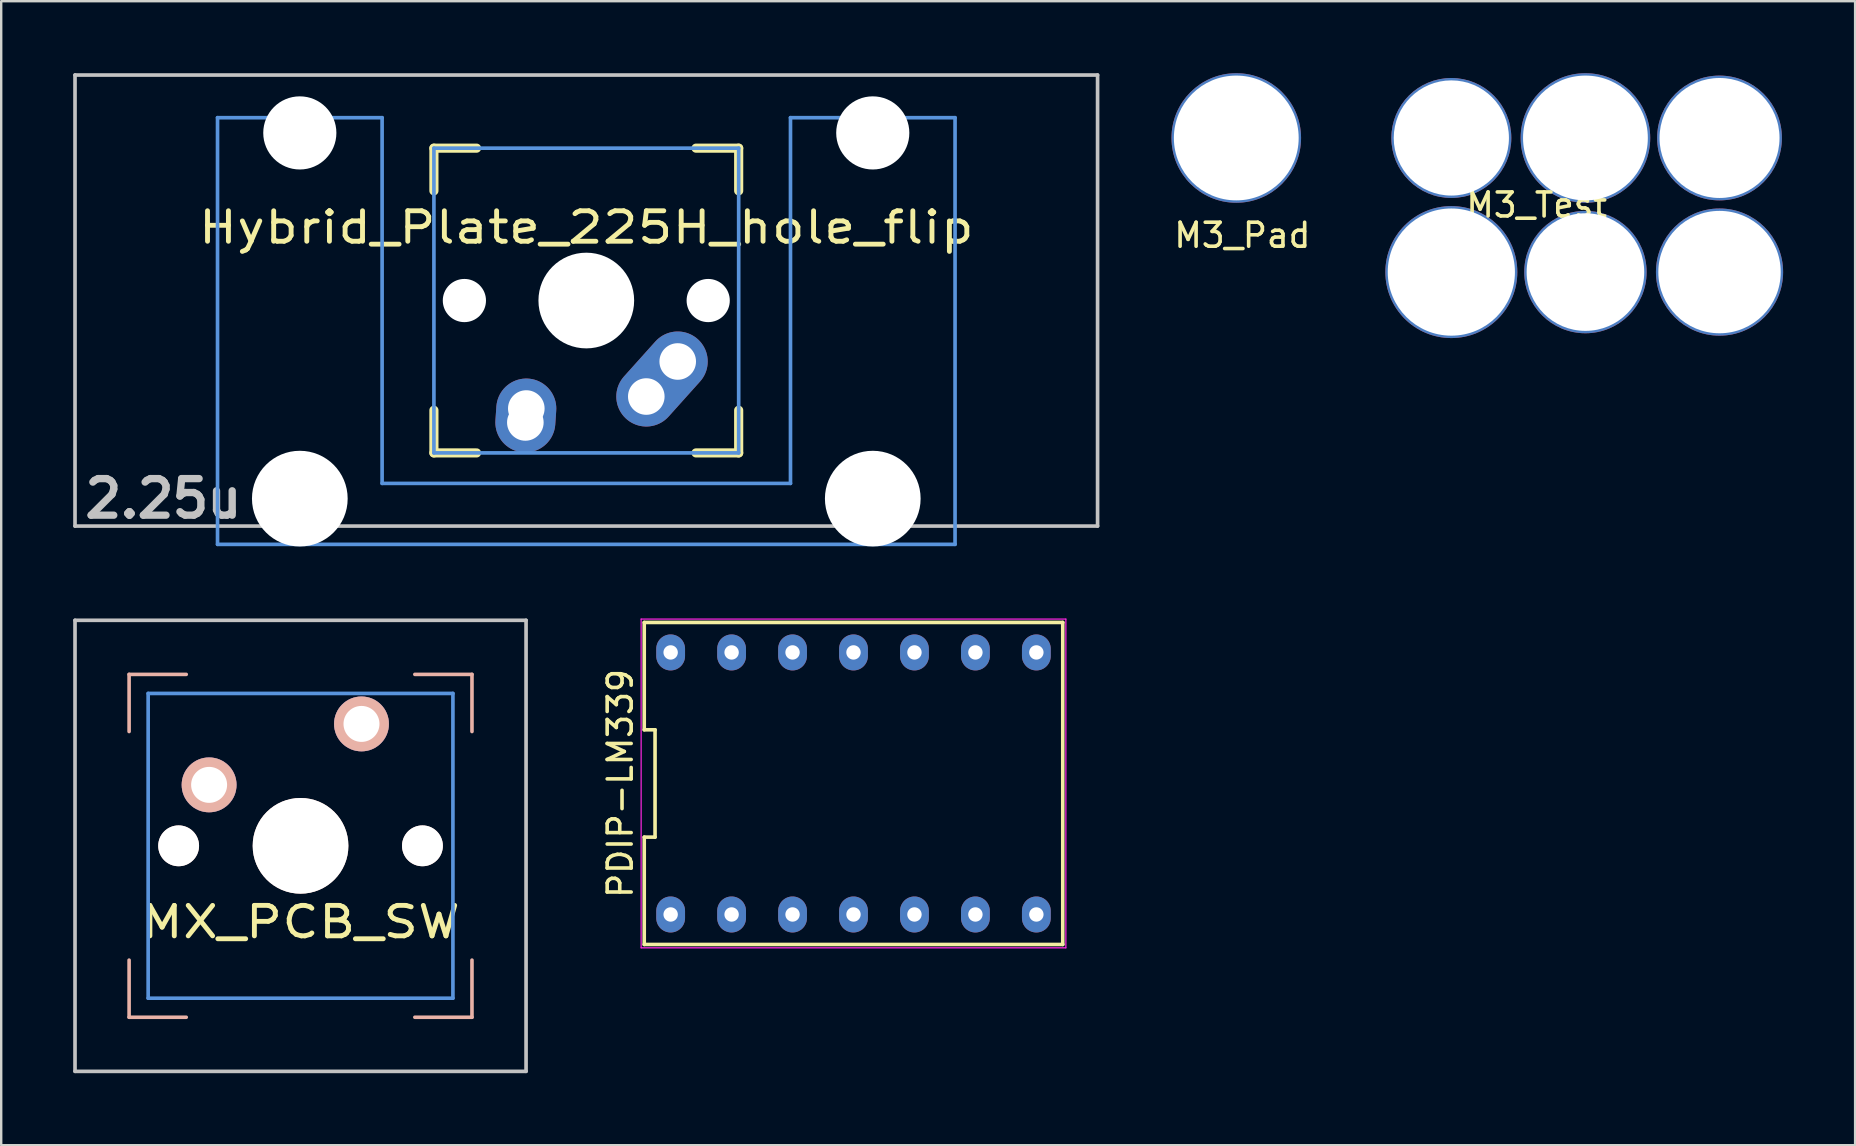
<source format=kicad_pcb>
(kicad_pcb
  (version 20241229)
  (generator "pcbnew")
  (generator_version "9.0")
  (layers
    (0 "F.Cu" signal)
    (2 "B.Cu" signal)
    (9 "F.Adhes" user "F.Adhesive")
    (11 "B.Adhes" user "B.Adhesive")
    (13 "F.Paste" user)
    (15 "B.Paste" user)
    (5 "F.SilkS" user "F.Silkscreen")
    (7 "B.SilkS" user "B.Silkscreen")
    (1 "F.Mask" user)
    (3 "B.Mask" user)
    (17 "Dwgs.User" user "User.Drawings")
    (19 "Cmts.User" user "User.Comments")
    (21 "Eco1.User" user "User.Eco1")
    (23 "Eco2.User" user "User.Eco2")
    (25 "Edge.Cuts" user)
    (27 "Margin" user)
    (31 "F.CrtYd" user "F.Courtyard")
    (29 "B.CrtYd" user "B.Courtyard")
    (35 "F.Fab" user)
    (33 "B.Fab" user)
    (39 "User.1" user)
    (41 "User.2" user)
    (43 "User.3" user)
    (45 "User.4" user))
  (footprint "PDIP-LM339"
    (layer "F.Cu")
    (at 32.517 29.598)
    (property "Reference" "PDIP-LM339" (at -9.72 0 90) (layer "F.SilkS") (effects (font (size 1 1) (thickness 0.15))))
    (attr through_hole)
    (fp_line (start -8.72 -6.71) (end -8.72 -2.237) (stroke (width 0.15) (type solid)) (layer "F.SilkS"))
    (fp_line (start -8.72 -2.237) (end -8.27 -2.237) (stroke (width 0.15) (type solid)) (layer "F.SilkS"))
    (fp_line (start -8.72 2.237) (end -8.72 6.71) (stroke (width 0.15) (type solid)) (layer "F.SilkS"))
    (fp_line (start -8.72 6.71) (end 8.72 6.71) (stroke (width 0.15) (type solid)) (layer "F.SilkS"))
    (fp_line (start -8.27 -2.237) (end -8.27 2.237) (stroke (width 0.15) (type solid)) (layer "F.SilkS"))
    (fp_line (start -8.27 2.237) (end -8.72 2.237) (stroke (width 0.15) (type solid)) (layer "F.SilkS"))
    (fp_line (start 8.72 -6.71) (end -8.72 -6.71) (stroke (width 0.15) (type solid)) (layer "F.SilkS"))
    (fp_line (start 8.72 6.71) (end 8.72 -6.71) (stroke (width 0.15) (type solid)) (layer "F.SilkS"))
    (fp_line (start -8.85 -6.85) (end 8.85 -6.85) (stroke (width 0.05) (type solid)) (layer "F.CrtYd"))
    (fp_line (start -8.85 6.85) (end -8.85 -6.85) (stroke (width 0.05) (type solid)) (layer "F.CrtYd"))
    (fp_line (start 8.85 -6.85) (end 8.85 6.85) (stroke (width 0.05) (type solid)) (layer "F.CrtYd"))
    (fp_line (start 8.85 6.85) (end -8.85 6.85) (stroke (width 0.05) (type solid)) (layer "F.CrtYd"))
    (pad "1" thru_hole oval (at -7.62 5.46) (size 1.2 1.5) (drill 0.6) (layers "*.Cu" "*.Mask"))
    (pad "2" thru_hole oval (at -5.08 5.46) (size 1.2 1.5) (drill 0.6) (layers "*.Cu" "*.Mask"))
    (pad "3" thru_hole oval (at -2.54 5.46) (size 1.2 1.5) (drill 0.6) (layers "*.Cu" "*.Mask"))
    (pad "4" thru_hole oval (at 0 5.46) (size 1.2 1.5) (drill 0.6) (layers "*.Cu" "*.Mask"))
    (pad "5" thru_hole oval (at 2.54 5.46) (size 1.2 1.5) (drill 0.6) (layers "*.Cu" "*.Mask"))
    (pad "6" thru_hole oval (at 5.08 5.46) (size 1.2 1.5) (drill 0.6) (layers "*.Cu" "*.Mask"))
    (pad "7" thru_hole oval (at 7.62 5.46) (size 1.2 1.5) (drill 0.6) (layers "*.Cu" "*.Mask"))
    (pad "8" thru_hole oval (at 7.62 -5.46) (size 1.2 1.5) (drill 0.6) (layers "*.Cu" "*.Mask"))
    (pad "9" thru_hole oval (at 5.08 -5.46) (size 1.2 1.5) (drill 0.6) (layers "*.Cu" "*.Mask"))
    (pad "10" thru_hole oval (at 2.54 -5.46) (size 1.2 1.5) (drill 0.6) (layers "*.Cu" "*.Mask"))
    (pad "11" thru_hole oval (at 0 -5.46) (size 1.2 1.5) (drill 0.6) (layers "*.Cu" "*.Mask"))
    (pad "12" thru_hole oval (at -2.54 -5.46) (size 1.2 1.5) (drill 0.6) (layers "*.Cu" "*.Mask"))
    (pad "13" thru_hole oval (at -5.08 -5.46) (size 1.2 1.5) (drill 0.6) (layers "*.Cu" "*.Mask"))
    (pad "14" thru_hole oval (at -7.62 -5.46) (size 1.2 1.5) (drill 0.6) (layers "*.Cu" "*.Mask")))
  (footprint "M3_Pad"
    (layer "F.Cu")
    (at 48.722 6.256)
    (property "Reference" "M3_Pad" (at 0 0.5 0) (layer "F.SilkS") (effects (font (size 1 1) (thickness 0.15))))
    (attr through_hole)
    (pad "1" thru_hole circle (at -0.254 -3.556) (size 5.4 5.4) (drill 5.2) (layers "*.Cu" "*.Mask")))
  (footprint "M3_Test"
    (layer "F.Cu")
    (at 59.716 6.764)
    (property "Reference" "M3_Test" (at 1.27 -1.27 0) (layer "F.SilkS") (effects (font (size 1 1) (thickness 0.15))))
    (attr through_hole)
    (pad "1" thru_hole circle (at -2.286 -4.064) (size 5 5) (drill 4.8) (layers "*.Cu" "*.Mask"))
    (pad "2" thru_hole circle (at 3.302 1.524) (size 5.1 5.1) (drill 4.9) (layers "*.Cu" "*.Mask"))
    (pad "3" thru_hole circle (at 8.89 -4.064) (size 5.2 5.2) (drill 5) (layers "*.Cu" "*.Mask"))
    (pad "4" thru_hole circle (at 8.89 1.524) (size 5.3 5.3) (drill 5.1) (layers "*.Cu" "*.Mask"))
    (pad "5" thru_hole circle (at 3.302 -4.064) (size 5.4 5.4) (drill 5.2) (layers "*.Cu" "*.Mask"))
    (pad "6" thru_hole circle (at -2.286 1.524) (size 5.5 5.5) (drill 5.3) (layers "*.Cu" "*.Mask")))
  (footprint "Hybrid_Plate_225H_hole_flip"
    (layer "F.Cu")
    (at 21.382 9.474)
    (property "Reference" "Hybrid_Plate_225H_hole_flip" (at 0 -3.048 0) (layer "F.SilkS") (effects (font (size 1.27 1.524) (thickness 0.203))))
    (attr through_hole)
    (fp_line (start -6.35 -6.35) (end -4.572 -6.35) (stroke (width 0.381) (type solid)) (layer "F.SilkS"))
    (fp_line (start -6.35 -4.572) (end -6.35 -6.35) (stroke (width 0.381) (type solid)) (layer "F.SilkS"))
    (fp_line (start -6.35 6.35) (end -6.35 4.572) (stroke (width 0.381) (type solid)) (layer "F.SilkS"))
    (fp_line (start -4.572 6.35) (end -6.35 6.35) (stroke (width 0.381) (type solid)) (layer "F.SilkS"))
    (fp_line (start 4.572 -6.35) (end 6.35 -6.35) (stroke (width 0.381) (type solid)) (layer "F.SilkS"))
    (fp_line (start 6.35 -6.35) (end 6.35 -4.572) (stroke (width 0.381) (type solid)) (layer "F.SilkS"))
    (fp_line (start 6.35 4.572) (end 6.35 6.35) (stroke (width 0.381) (type solid)) (layer "F.SilkS"))
    (fp_line (start 6.35 6.35) (end 4.572 6.35) (stroke (width 0.381) (type solid)) (layer "F.SilkS"))
    (fp_line (start -21.306 -9.398) (end 21.306 -9.398) (stroke (width 0.152) (type solid)) (layer "Dwgs.User"))
    (fp_line (start -21.306 9.398) (end -21.306 -9.398) (stroke (width 0.152) (type solid)) (layer "Dwgs.User"))
    (fp_line (start 21.306 -9.398) (end 21.306 9.398) (stroke (width 0.152) (type solid)) (layer "Dwgs.User"))
    (fp_line (start 21.306 9.398) (end -21.306 9.398) (stroke (width 0.152) (type solid)) (layer "Dwgs.User"))
    (fp_line (start -15.367 -7.62) (end -15.367 10.16) (stroke (width 0.152) (type solid)) (layer "Cmts.User"))
    (fp_line (start -15.367 10.16) (end 15.367 10.16) (stroke (width 0.152) (type solid)) (layer "Cmts.User"))
    (fp_line (start -8.509 -7.62) (end -15.367 -7.62) (stroke (width 0.152) (type solid)) (layer "Cmts.User"))
    (fp_line (start -8.509 7.62) (end -8.509 -7.62) (stroke (width 0.152) (type solid)) (layer "Cmts.User"))
    (fp_line (start -6.35 -6.35) (end 6.35 -6.35) (stroke (width 0.152) (type solid)) (layer "Cmts.User"))
    (fp_line (start -6.35 6.35) (end -6.35 -6.35) (stroke (width 0.152) (type solid)) (layer "Cmts.User"))
    (fp_line (start 6.35 -6.35) (end 6.35 6.35) (stroke (width 0.152) (type solid)) (layer "Cmts.User"))
    (fp_line (start 6.35 6.35) (end -6.35 6.35) (stroke (width 0.152) (type solid)) (layer "Cmts.User"))
    (fp_line (start 8.509 -7.62) (end 8.509 7.62) (stroke (width 0.152) (type solid)) (layer "Cmts.User"))
    (fp_line (start 8.509 7.62) (end -8.509 7.62) (stroke (width 0.152) (type solid)) (layer "Cmts.User"))
    (fp_line (start 15.367 -7.62) (end 8.509 -7.62) (stroke (width 0.152) (type solid)) (layer "Cmts.User"))
    (fp_line (start 15.367 10.16) (end 15.367 -7.62) (stroke (width 0.152) (type solid)) (layer "Cmts.User"))
    (fp_line (start -16.129 -2.286) (end -15.265 -2.286) (stroke (width 0.152) (type solid)) (layer "Eco2.User"))
    (fp_line (start -16.129 0.508) (end -16.129 -2.286) (stroke (width 0.152) (type solid)) (layer "Eco2.User"))
    (fp_line (start -15.265 -5.69) (end -8.611 -5.69) (stroke (width 0.152) (type solid)) (layer "Eco2.User"))
    (fp_line (start -15.265 -2.286) (end -15.265 -5.69) (stroke (width 0.152) (type solid)) (layer "Eco2.User"))
    (fp_line (start -15.265 0.508) (end -16.129 0.508) (stroke (width 0.152) (type solid)) (layer "Eco2.User"))
    (fp_line (start -15.265 6.604) (end -15.265 0.508) (stroke (width 0.152) (type solid)) (layer "Eco2.User"))
    (fp_line (start -14.224 6.604) (end -15.265 6.604) (stroke (width 0.152) (type solid)) (layer "Eco2.User"))
    (fp_line (start -14.224 7.772) (end -14.224 6.604) (stroke (width 0.152) (type solid)) (layer "Eco2.User"))
    (fp_line (start -9.652 6.604) (end -9.652 7.772) (stroke (width 0.152) (type solid)) (layer "Eco2.User"))
    (fp_line (start -9.652 7.772) (end -14.224 7.772) (stroke (width 0.152) (type solid)) (layer "Eco2.User"))
    (fp_line (start -8.611 -5.69) (end -8.611 -4.877) (stroke (width 0.152) (type solid)) (layer "Eco2.User"))
    (fp_line (start -8.611 -4.877) (end -6.985 -4.877) (stroke (width 0.152) (type solid)) (layer "Eco2.User"))
    (fp_line (start -8.611 5.817) (end -8.611 6.604) (stroke (width 0.152) (type solid)) (layer "Eco2.User"))
    (fp_line (start -8.611 6.604) (end -9.652 6.604) (stroke (width 0.152) (type solid)) (layer "Eco2.User"))
    (fp_line (start -6.985 -6.985) (end 6.985 -6.985) (stroke (width 0.152) (type solid)) (layer "Eco2.User"))
    (fp_line (start -6.985 -4.877) (end -6.985 -6.985) (stroke (width 0.152) (type solid)) (layer "Eco2.User"))
    (fp_line (start -6.985 5.817) (end -8.611 5.817) (stroke (width 0.152) (type solid)) (layer "Eco2.User"))
    (fp_line (start -6.985 6.985) (end -6.985 5.817) (stroke (width 0.152) (type solid)) (layer "Eco2.User"))
    (fp_line (start 6.985 -6.985) (end 6.985 -4.877) (stroke (width 0.152) (type solid)) (layer "Eco2.User"))
    (fp_line (start 6.985 -4.877) (end 8.611 -4.877) (stroke (width 0.152) (type solid)) (layer "Eco2.User"))
    (fp_line (start 6.985 5.817) (end 6.985 6.985) (stroke (width 0.152) (type solid)) (layer "Eco2.User"))
    (fp_line (start 6.985 6.985) (end -6.985 6.985) (stroke (width 0.152) (type solid)) (layer "Eco2.User"))
    (fp_line (start 8.611 -5.69) (end 15.265 -5.69) (stroke (width 0.152) (type solid)) (layer "Eco2.User"))
    (fp_line (start 8.611 -4.877) (end 8.611 -5.69) (stroke (width 0.152) (type solid)) (layer "Eco2.User"))
    (fp_line (start 8.611 5.817) (end 6.985 5.817) (stroke (width 0.152) (type solid)) (layer "Eco2.User"))
    (fp_line (start 8.611 6.604) (end 8.611 5.817) (stroke (width 0.152) (type solid)) (layer "Eco2.User"))
    (fp_line (start 9.652 6.604) (end 8.611 6.604) (stroke (width 0.152) (type solid)) (layer "Eco2.User"))
    (fp_line (start 9.652 7.772) (end 9.652 6.604) (stroke (width 0.152) (type solid)) (layer "Eco2.User"))
    (fp_line (start 14.224 6.604) (end 14.224 7.772) (stroke (width 0.152) (type solid)) (layer "Eco2.User"))
    (fp_line (start 14.224 7.772) (end 9.652 7.772) (stroke (width 0.152) (type solid)) (layer "Eco2.User"))
    (fp_line (start 15.265 -5.69) (end 15.265 -2.286) (stroke (width 0.152) (type solid)) (layer "Eco2.User"))
    (fp_line (start 15.265 -2.286) (end 16.129 -2.286) (stroke (width 0.152) (type solid)) (layer "Eco2.User"))
    (fp_line (start 15.265 0.508) (end 15.265 6.604) (stroke (width 0.152) (type solid)) (layer "Eco2.User"))
    (fp_line (start 15.265 6.604) (end 14.224 6.604) (stroke (width 0.152) (type solid)) (layer "Eco2.User"))
    (fp_line (start 16.129 -2.286) (end 16.129 0.508) (stroke (width 0.152) (type solid)) (layer "Eco2.User"))
    (fp_line (start 16.129 0.508) (end 15.265 0.508) (stroke (width 0.152) (type solid)) (layer "Eco2.User"))
    (fp_text user "2.25u" (at -17.623 8.255 0) (layer "Dwgs.User") (effects (font (size 1.524 1.524) (thickness 0.305))))
    (pad "" np_thru_hole circle (at -11.938 -6.985) (size 3.048 3.048) (drill 3.048) (layers "*.Cu"))
    (pad "" np_thru_hole circle (at -11.938 8.255) (size 3.988 3.988) (drill 3.988) (layers "*.Cu"))
    (pad "" np_thru_hole circle (at -5.08 0 180) (size 1.8 1.8) (drill 1.8) (layers "*.Cu"))
    (pad "" np_thru_hole circle (at 0 0 180) (size 3.988 3.988) (drill 3.988) (layers "*.Cu"))
    (pad "" np_thru_hole circle (at 5.08 0 180) (size 1.8 1.8) (drill 1.8) (layers "*.Cu"))
    (pad "" np_thru_hole circle (at 11.938 -6.985) (size 3.048 3.048) (drill 3.048) (layers "*.Cu"))
    (pad "" np_thru_hole circle (at 11.938 8.255) (size 3.988 3.988) (drill 3.988) (layers "*.Cu"))
    (pad "1" thru_hole circle (at 2.5 4 150.95) (size 2 2) (drill 1.524) (layers "*.Cu" "*.Mask"))
    (pad "1" thru_hole oval (at 3.155 3.27 318.1) (size 2.5 4.462) (drill 0.001) (layers "*.Cu" "*.Mask"))
    (pad "1" thru_hole circle (at 3.81 2.54 150.95) (size 2 2) (drill 1.524) (layers "*.Cu" "*.Mask"))
    (pad "2" thru_hole circle (at -2.54 5.08 150.95) (size 2 2) (drill 1.524) (layers "*.Cu" "*.Mask"))
    (pad "2" thru_hole oval (at -2.52 4.79 176.055) (size 2.5 3.081) (drill 0.001) (layers "*.Cu" "*.Mask"))
    (pad "2" thru_hole circle (at -2.5 4.5 150.95) (size 2 2) (drill 1.524) (layers "*.Cu" "*.Mask")))
  (footprint "MX_PCB_SW"
    (layer "F.Cu")
    (at 9.474 32.197)
    (property "Reference" "MX_PCB_SW" (at 0 3.175 0) (layer "F.SilkS") (effects (font (size 1.27 1.524) (thickness 0.203))))
    (attr through_hole)
    (fp_line (start -7.144 -7.144) (end -4.763 -7.144) (stroke (width 0.15) (type solid)) (layer "B.SilkS"))
    (fp_line (start -7.144 -4.763) (end -7.144 -7.144) (stroke (width 0.15) (type solid)) (layer "B.SilkS"))
    (fp_line (start -7.144 4.763) (end -7.144 7.144) (stroke (width 0.15) (type solid)) (layer "B.SilkS"))
    (fp_line (start -7.144 7.144) (end -4.763 7.144) (stroke (width 0.15) (type solid)) (layer "B.SilkS"))
    (fp_line (start 4.763 -7.144) (end 7.144 -7.144) (stroke (width 0.15) (type solid)) (layer "B.SilkS"))
    (fp_line (start 4.763 7.144) (end 7.144 7.144) (stroke (width 0.15) (type solid)) (layer "B.SilkS"))
    (fp_line (start 7.144 -7.144) (end 7.144 -4.763) (stroke (width 0.15) (type solid)) (layer "B.SilkS"))
    (fp_line (start 7.144 7.144) (end 7.144 4.763) (stroke (width 0.15) (type solid)) (layer "B.SilkS"))
    (fp_line (start -9.398 -9.398) (end 9.398 -9.398) (stroke (width 0.152) (type solid)) (layer "Dwgs.User"))
    (fp_line (start -9.398 9.398) (end -9.398 -9.398) (stroke (width 0.152) (type solid)) (layer "Dwgs.User"))
    (fp_line (start 9.398 -9.398) (end 9.398 9.398) (stroke (width 0.152) (type solid)) (layer "Dwgs.User"))
    (fp_line (start 9.398 9.398) (end -9.398 9.398) (stroke (width 0.152) (type solid)) (layer "Dwgs.User"))
    (fp_line (start -6.35 -6.35) (end 6.35 -6.35) (stroke (width 0.152) (type solid)) (layer "Cmts.User"))
    (fp_line (start -6.35 6.35) (end -6.35 -6.35) (stroke (width 0.152) (type solid)) (layer "Cmts.User"))
    (fp_line (start 6.35 -6.35) (end 6.35 6.35) (stroke (width 0.152) (type solid)) (layer "Cmts.User"))
    (fp_line (start 6.35 6.35) (end -6.35 6.35) (stroke (width 0.152) (type solid)) (layer "Cmts.User"))
    (fp_line (start -6.985 -6.985) (end 6.985 -6.985) (stroke (width 0.152) (type solid)) (layer "Eco2.User"))
    (fp_line (start -6.985 6.985) (end -6.985 -6.985) (stroke (width 0.152) (type solid)) (layer "Eco2.User"))
    (fp_line (start 6.985 -6.985) (end 6.985 6.985) (stroke (width 0.152) (type solid)) (layer "Eco2.User"))
    (fp_line (start 6.985 6.985) (end -6.985 6.985) (stroke (width 0.152) (type solid)) (layer "Eco2.User"))
    (pad "" np_thru_hole circle (at -5.08 0) (size 1.702 1.702) (drill 1.702) (layers "*.Cu" "B.SilkS"))
    (pad "" np_thru_hole circle (at 0 0) (size 3.988 3.988) (drill 3.988) (layers "*.Cu" "B.SilkS"))
    (pad "" np_thru_hole circle (at 5.08 0) (size 1.702 1.702) (drill 1.702) (layers "*.Cu" "B.SilkS"))
    (pad "SW1" thru_hole circle (at -3.81 -2.54) (size 2.286 2.286) (drill 1.499) (layers "*.Cu" "*.Mask" "B.SilkS"))
    (pad "SW2" thru_hole circle (at 2.54 -5.08) (size 2.286 2.286) (drill 1.499) (layers "*.Cu" "*.Mask" "B.SilkS")))
  (gr_rect
    (start -3 -3)
    (end 74.256 44.672)
    (stroke (width 0.1) (type default))
    (fill no)
    (layer "Edge.Cuts")))
</source>
